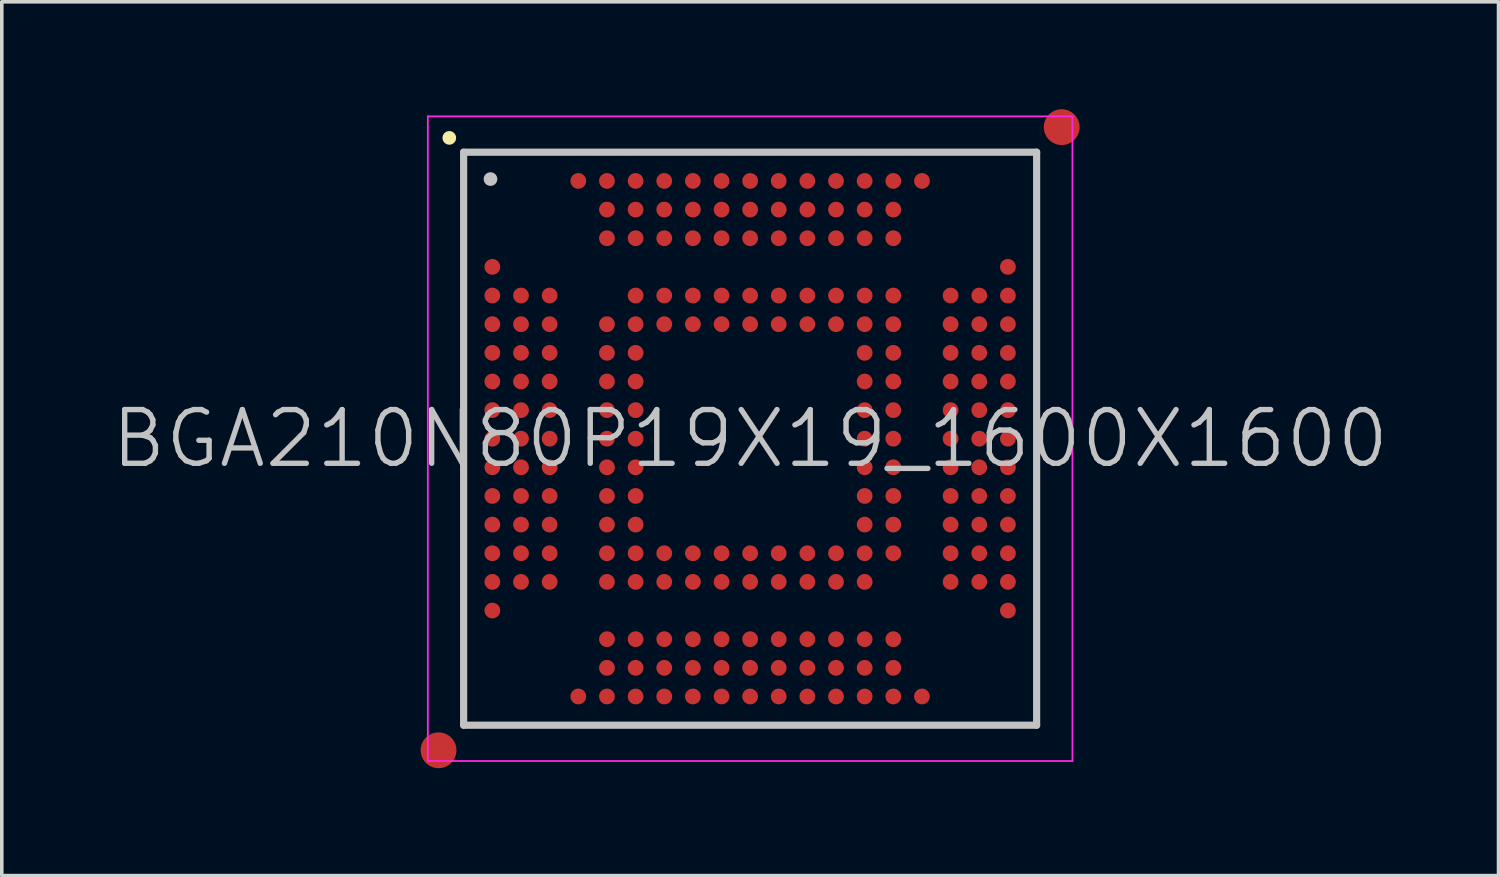
<source format=kicad_pcb>
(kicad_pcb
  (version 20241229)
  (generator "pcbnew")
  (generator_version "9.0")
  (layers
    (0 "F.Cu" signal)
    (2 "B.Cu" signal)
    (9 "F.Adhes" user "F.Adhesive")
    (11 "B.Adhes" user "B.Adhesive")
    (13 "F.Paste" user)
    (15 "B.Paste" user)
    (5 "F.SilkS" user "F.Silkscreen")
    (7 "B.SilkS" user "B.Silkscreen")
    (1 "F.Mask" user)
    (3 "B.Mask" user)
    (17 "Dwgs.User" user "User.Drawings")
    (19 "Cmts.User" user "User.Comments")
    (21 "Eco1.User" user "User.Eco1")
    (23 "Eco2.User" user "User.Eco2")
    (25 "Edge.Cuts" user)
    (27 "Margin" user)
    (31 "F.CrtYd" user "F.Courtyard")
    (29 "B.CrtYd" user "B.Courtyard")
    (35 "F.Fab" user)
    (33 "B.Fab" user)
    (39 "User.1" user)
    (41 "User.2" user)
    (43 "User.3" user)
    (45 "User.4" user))
  (footprint "BGA210N80P19X19_1600X1600"
    (layer "F.Cu")
    (at 17.896 9.2)
    (property "Reference" "BGA210N80P19X19_1600X1600" (at 0 0 0) (layer "Dwgs.User") (effects (font (size 1.5 1.5) (thickness 0.15))))
    (attr smd)
    (fp_line (start -8.4 -8.4) (end -8.4 -8.4) (stroke (width 0.381) (type solid)) (layer "F.SilkS"))
    (fp_line (start -8 -8) (end -8 8) (stroke (width 0.2) (type solid)) (layer "Dwgs.User"))
    (fp_line (start -8 -8) (end 8 -8) (stroke (width 0.2) (type solid)) (layer "Dwgs.User"))
    (fp_line (start -8 8) (end 8 8) (stroke (width 0.2) (type solid)) (layer "Dwgs.User"))
    (fp_line (start -7.25 -7.25) (end -7.25 -7.25) (stroke (width 0.381) (type solid)) (layer "Dwgs.User"))
    (fp_line (start 8 -8) (end 8 8) (stroke (width 0.2) (type solid)) (layer "Dwgs.User"))
    (fp_line (start -9 -9) (end -9 9) (stroke (width 0.05) (type solid)) (layer "F.CrtYd"))
    (fp_line (start -9 -9) (end 9 -9) (stroke (width 0.05) (type solid)) (layer "F.CrtYd"))
    (fp_line (start -9 9) (end 9 9) (stroke (width 0.05) (type solid)) (layer "F.CrtYd"))
    (fp_line (start 9 -9) (end 9 9) (stroke (width 0.05) (type solid)) (layer "F.CrtYd"))
    (pad "" smd circle (at -8.7 8.7) (size 1 1) (layers "F.Cu" "F.Mask"))
    (pad "" smd circle (at 8.7 -8.7) (size 1 1) (layers "F.Cu" "F.Mask"))
    (pad "A4" smd circle (at -4.798 -7.198 270) (size 0.44 0.44) (layers "F.Cu" "F.Mask" "F.Paste"))
    (pad "A5" smd circle (at -3.998 -7.198 270) (size 0.44 0.44) (layers "F.Cu" "F.Mask" "F.Paste"))
    (pad "A6" smd circle (at -3.198 -7.198 270) (size 0.44 0.44) (layers "F.Cu" "F.Mask" "F.Paste"))
    (pad "A7" smd circle (at -2.398 -7.198 270) (size 0.44 0.44) (layers "F.Cu" "F.Mask" "F.Paste"))
    (pad "A8" smd circle (at -1.598 -7.198 270) (size 0.44 0.44) (layers "F.Cu" "F.Mask" "F.Paste"))
    (pad "A9" smd circle (at -0.798 -7.198 270) (size 0.44 0.44) (layers "F.Cu" "F.Mask" "F.Paste"))
    (pad "A10" smd circle (at 0 -7.198 270) (size 0.44 0.44) (layers "F.Cu" "F.Mask" "F.Paste"))
    (pad "A11" smd circle (at 0.798 -7.198 270) (size 0.44 0.44) (layers "F.Cu" "F.Mask" "F.Paste"))
    (pad "A12" smd circle (at 1.598 -7.198 270) (size 0.44 0.44) (layers "F.Cu" "F.Mask" "F.Paste"))
    (pad "A13" smd circle (at 2.398 -7.198 270) (size 0.44 0.44) (layers "F.Cu" "F.Mask" "F.Paste"))
    (pad "A14" smd circle (at 3.198 -7.198 270) (size 0.44 0.44) (layers "F.Cu" "F.Mask" "F.Paste"))
    (pad "A15" smd circle (at 3.998 -7.198 270) (size 0.44 0.44) (layers "F.Cu" "F.Mask" "F.Paste"))
    (pad "A16" smd circle (at 4.798 -7.198 270) (size 0.44 0.44) (layers "F.Cu" "F.Mask" "F.Paste"))
    (pad "B5" smd circle (at -3.998 -6.398 270) (size 0.44 0.44) (layers "F.Cu" "F.Mask" "F.Paste"))
    (pad "B6" smd circle (at -3.198 -6.398 270) (size 0.44 0.44) (layers "F.Cu" "F.Mask" "F.Paste"))
    (pad "B7" smd circle (at -2.398 -6.398 270) (size 0.44 0.44) (layers "F.Cu" "F.Mask" "F.Paste"))
    (pad "B8" smd circle (at -1.598 -6.398 270) (size 0.44 0.44) (layers "F.Cu" "F.Mask" "F.Paste"))
    (pad "B9" smd circle (at -0.798 -6.398 270) (size 0.44 0.44) (layers "F.Cu" "F.Mask" "F.Paste"))
    (pad "B10" smd circle (at 0 -6.398 270) (size 0.44 0.44) (layers "F.Cu" "F.Mask" "F.Paste"))
    (pad "B11" smd circle (at 0.798 -6.398 270) (size 0.44 0.44) (layers "F.Cu" "F.Mask" "F.Paste"))
    (pad "B12" smd circle (at 1.598 -6.398 270) (size 0.44 0.44) (layers "F.Cu" "F.Mask" "F.Paste"))
    (pad "B13" smd circle (at 2.398 -6.398 270) (size 0.44 0.44) (layers "F.Cu" "F.Mask" "F.Paste"))
    (pad "B14" smd circle (at 3.198 -6.398 270) (size 0.44 0.44) (layers "F.Cu" "F.Mask" "F.Paste"))
    (pad "B15" smd circle (at 3.998 -6.398 270) (size 0.44 0.44) (layers "F.Cu" "F.Mask" "F.Paste"))
    (pad "C5" smd circle (at -3.998 -5.598 270) (size 0.44 0.44) (layers "F.Cu" "F.Mask" "F.Paste"))
    (pad "C6" smd circle (at -3.198 -5.598 270) (size 0.44 0.44) (layers "F.Cu" "F.Mask" "F.Paste"))
    (pad "C7" smd circle (at -2.398 -5.598 270) (size 0.44 0.44) (layers "F.Cu" "F.Mask" "F.Paste"))
    (pad "C8" smd circle (at -1.598 -5.598 270) (size 0.44 0.44) (layers "F.Cu" "F.Mask" "F.Paste"))
    (pad "C9" smd circle (at -0.798 -5.598 270) (size 0.44 0.44) (layers "F.Cu" "F.Mask" "F.Paste"))
    (pad "C10" smd circle (at 0 -5.598 270) (size 0.44 0.44) (layers "F.Cu" "F.Mask" "F.Paste"))
    (pad "C11" smd circle (at 0.798 -5.598 270) (size 0.44 0.44) (layers "F.Cu" "F.Mask" "F.Paste"))
    (pad "C12" smd circle (at 1.598 -5.598 270) (size 0.44 0.44) (layers "F.Cu" "F.Mask" "F.Paste"))
    (pad "C13" smd circle (at 2.398 -5.598 270) (size 0.44 0.44) (layers "F.Cu" "F.Mask" "F.Paste"))
    (pad "C14" smd circle (at 3.198 -5.598 270) (size 0.44 0.44) (layers "F.Cu" "F.Mask" "F.Paste"))
    (pad "C15" smd circle (at 3.998 -5.598 270) (size 0.44 0.44) (layers "F.Cu" "F.Mask" "F.Paste"))
    (pad "D1" smd circle (at -7.198 -4.798 270) (size 0.44 0.44) (layers "F.Cu" "F.Mask" "F.Paste"))
    (pad "D19" smd circle (at 7.198 -4.798 270) (size 0.44 0.44) (layers "F.Cu" "F.Mask" "F.Paste"))
    (pad "E1" smd circle (at -7.198 -3.998 270) (size 0.44 0.44) (layers "F.Cu" "F.Mask" "F.Paste"))
    (pad "E2" smd circle (at -6.398 -3.998 270) (size 0.44 0.44) (layers "F.Cu" "F.Mask" "F.Paste"))
    (pad "E3" smd circle (at -5.598 -3.998 270) (size 0.44 0.44) (layers "F.Cu" "F.Mask" "F.Paste"))
    (pad "E6" smd circle (at -3.198 -3.998 270) (size 0.44 0.44) (layers "F.Cu" "F.Mask" "F.Paste"))
    (pad "E7" smd circle (at -2.398 -3.998 270) (size 0.44 0.44) (layers "F.Cu" "F.Mask" "F.Paste"))
    (pad "E8" smd circle (at -1.598 -3.998 270) (size 0.44 0.44) (layers "F.Cu" "F.Mask" "F.Paste"))
    (pad "E9" smd circle (at -0.798 -3.998 270) (size 0.44 0.44) (layers "F.Cu" "F.Mask" "F.Paste"))
    (pad "E10" smd circle (at 0 -3.998 270) (size 0.44 0.44) (layers "F.Cu" "F.Mask" "F.Paste"))
    (pad "E11" smd circle (at 0.798 -3.998 270) (size 0.44 0.44) (layers "F.Cu" "F.Mask" "F.Paste"))
    (pad "E12" smd circle (at 1.598 -3.998 270) (size 0.44 0.44) (layers "F.Cu" "F.Mask" "F.Paste"))
    (pad "E13" smd circle (at 2.398 -3.998 270) (size 0.44 0.44) (layers "F.Cu" "F.Mask" "F.Paste"))
    (pad "E14" smd circle (at 3.198 -3.998 270) (size 0.44 0.44) (layers "F.Cu" "F.Mask" "F.Paste"))
    (pad "E15" smd circle (at 3.998 -3.998 270) (size 0.44 0.44) (layers "F.Cu" "F.Mask" "F.Paste"))
    (pad "E17" smd circle (at 5.598 -3.998 270) (size 0.44 0.44) (layers "F.Cu" "F.Mask" "F.Paste"))
    (pad "E18" smd circle (at 6.398 -3.998 270) (size 0.44 0.44) (layers "F.Cu" "F.Mask" "F.Paste"))
    (pad "E19" smd circle (at 7.198 -3.998 270) (size 0.44 0.44) (layers "F.Cu" "F.Mask" "F.Paste"))
    (pad "F1" smd circle (at -7.198 -3.198 270) (size 0.44 0.44) (layers "F.Cu" "F.Mask" "F.Paste"))
    (pad "F2" smd circle (at -6.398 -3.198 270) (size 0.44 0.44) (layers "F.Cu" "F.Mask" "F.Paste"))
    (pad "F3" smd circle (at -5.598 -3.198 270) (size 0.44 0.44) (layers "F.Cu" "F.Mask" "F.Paste"))
    (pad "F5" smd circle (at -3.998 -3.198 270) (size 0.44 0.44) (layers "F.Cu" "F.Mask" "F.Paste"))
    (pad "F6" smd circle (at -3.198 -3.198 270) (size 0.44 0.44) (layers "F.Cu" "F.Mask" "F.Paste"))
    (pad "F7" smd circle (at -2.398 -3.198 270) (size 0.44 0.44) (layers "F.Cu" "F.Mask" "F.Paste"))
    (pad "F8" smd circle (at -1.598 -3.198 270) (size 0.44 0.44) (layers "F.Cu" "F.Mask" "F.Paste"))
    (pad "F9" smd circle (at -0.798 -3.198 270) (size 0.44 0.44) (layers "F.Cu" "F.Mask" "F.Paste"))
    (pad "F10" smd circle (at 0 -3.198 270) (size 0.44 0.44) (layers "F.Cu" "F.Mask" "F.Paste"))
    (pad "F11" smd circle (at 0.798 -3.198 270) (size 0.44 0.44) (layers "F.Cu" "F.Mask" "F.Paste"))
    (pad "F12" smd circle (at 1.598 -3.198 270) (size 0.44 0.44) (layers "F.Cu" "F.Mask" "F.Paste"))
    (pad "F13" smd circle (at 2.398 -3.198 270) (size 0.44 0.44) (layers "F.Cu" "F.Mask" "F.Paste"))
    (pad "F14" smd circle (at 3.198 -3.198 270) (size 0.44 0.44) (layers "F.Cu" "F.Mask" "F.Paste"))
    (pad "F15" smd circle (at 3.998 -3.198 270) (size 0.44 0.44) (layers "F.Cu" "F.Mask" "F.Paste"))
    (pad "F17" smd circle (at 5.598 -3.198 270) (size 0.44 0.44) (layers "F.Cu" "F.Mask" "F.Paste"))
    (pad "F18" smd circle (at 6.398 -3.198 270) (size 0.44 0.44) (layers "F.Cu" "F.Mask" "F.Paste"))
    (pad "F19" smd circle (at 7.198 -3.198 270) (size 0.44 0.44) (layers "F.Cu" "F.Mask" "F.Paste"))
    (pad "G1" smd circle (at -7.198 -2.398 270) (size 0.44 0.44) (layers "F.Cu" "F.Mask" "F.Paste"))
    (pad "G2" smd circle (at -6.398 -2.398 270) (size 0.44 0.44) (layers "F.Cu" "F.Mask" "F.Paste"))
    (pad "G3" smd circle (at -5.598 -2.398 270) (size 0.44 0.44) (layers "F.Cu" "F.Mask" "F.Paste"))
    (pad "G5" smd circle (at -3.998 -2.398 270) (size 0.44 0.44) (layers "F.Cu" "F.Mask" "F.Paste"))
    (pad "G6" smd circle (at -3.198 -2.398 270) (size 0.44 0.44) (layers "F.Cu" "F.Mask" "F.Paste"))
    (pad "G14" smd circle (at 3.198 -2.398 270) (size 0.44 0.44) (layers "F.Cu" "F.Mask" "F.Paste"))
    (pad "G15" smd circle (at 3.998 -2.398 270) (size 0.44 0.44) (layers "F.Cu" "F.Mask" "F.Paste"))
    (pad "G17" smd circle (at 5.598 -2.398 270) (size 0.44 0.44) (layers "F.Cu" "F.Mask" "F.Paste"))
    (pad "G18" smd circle (at 6.398 -2.398 270) (size 0.44 0.44) (layers "F.Cu" "F.Mask" "F.Paste"))
    (pad "G19" smd circle (at 7.198 -2.398 270) (size 0.44 0.44) (layers "F.Cu" "F.Mask" "F.Paste"))
    (pad "H1" smd circle (at -7.198 -1.598 270) (size 0.44 0.44) (layers "F.Cu" "F.Mask" "F.Paste"))
    (pad "H2" smd circle (at -6.398 -1.598 270) (size 0.44 0.44) (layers "F.Cu" "F.Mask" "F.Paste"))
    (pad "H3" smd circle (at -5.598 -1.598 270) (size 0.44 0.44) (layers "F.Cu" "F.Mask" "F.Paste"))
    (pad "H5" smd circle (at -3.998 -1.598 270) (size 0.44 0.44) (layers "F.Cu" "F.Mask" "F.Paste"))
    (pad "H6" smd circle (at -3.198 -1.598 270) (size 0.44 0.44) (layers "F.Cu" "F.Mask" "F.Paste"))
    (pad "H14" smd circle (at 3.198 -1.598 270) (size 0.44 0.44) (layers "F.Cu" "F.Mask" "F.Paste"))
    (pad "H15" smd circle (at 3.998 -1.598 270) (size 0.44 0.44) (layers "F.Cu" "F.Mask" "F.Paste"))
    (pad "H17" smd circle (at 5.598 -1.598 270) (size 0.44 0.44) (layers "F.Cu" "F.Mask" "F.Paste"))
    (pad "H18" smd circle (at 6.398 -1.598 270) (size 0.44 0.44) (layers "F.Cu" "F.Mask" "F.Paste"))
    (pad "H19" smd circle (at 7.198 -1.598 270) (size 0.44 0.44) (layers "F.Cu" "F.Mask" "F.Paste"))
    (pad "J1" smd circle (at -7.198 -0.798 270) (size 0.44 0.44) (layers "F.Cu" "F.Mask" "F.Paste"))
    (pad "J2" smd circle (at -6.398 -0.798 270) (size 0.44 0.44) (layers "F.Cu" "F.Mask" "F.Paste"))
    (pad "J3" smd circle (at -5.598 -0.798 270) (size 0.44 0.44) (layers "F.Cu" "F.Mask" "F.Paste"))
    (pad "J5" smd circle (at -3.998 -0.798 270) (size 0.44 0.44) (layers "F.Cu" "F.Mask" "F.Paste"))
    (pad "J6" smd circle (at -3.198 -0.798 270) (size 0.44 0.44) (layers "F.Cu" "F.Mask" "F.Paste"))
    (pad "J14" smd circle (at 3.198 -0.798 270) (size 0.44 0.44) (layers "F.Cu" "F.Mask" "F.Paste"))
    (pad "J15" smd circle (at 3.998 -0.798 270) (size 0.44 0.44) (layers "F.Cu" "F.Mask" "F.Paste"))
    (pad "J17" smd circle (at 5.598 -0.798 270) (size 0.44 0.44) (layers "F.Cu" "F.Mask" "F.Paste"))
    (pad "J18" smd circle (at 6.398 -0.798 270) (size 0.44 0.44) (layers "F.Cu" "F.Mask" "F.Paste"))
    (pad "J19" smd circle (at 7.198 -0.798 270) (size 0.44 0.44) (layers "F.Cu" "F.Mask" "F.Paste"))
    (pad "K1" smd circle (at -7.198 0 270) (size 0.44 0.44) (layers "F.Cu" "F.Mask" "F.Paste"))
    (pad "K2" smd circle (at -6.398 0 270) (size 0.44 0.44) (layers "F.Cu" "F.Mask" "F.Paste"))
    (pad "K3" smd circle (at -5.598 0 270) (size 0.44 0.44) (layers "F.Cu" "F.Mask" "F.Paste"))
    (pad "K5" smd circle (at -3.998 0 270) (size 0.44 0.44) (layers "F.Cu" "F.Mask" "F.Paste"))
    (pad "K6" smd circle (at -3.198 0 270) (size 0.44 0.44) (layers "F.Cu" "F.Mask" "F.Paste"))
    (pad "K14" smd circle (at 3.198 0 270) (size 0.44 0.44) (layers "F.Cu" "F.Mask" "F.Paste"))
    (pad "K15" smd circle (at 3.998 0 270) (size 0.44 0.44) (layers "F.Cu" "F.Mask" "F.Paste"))
    (pad "K17" smd circle (at 5.598 0 270) (size 0.44 0.44) (layers "F.Cu" "F.Mask" "F.Paste"))
    (pad "K18" smd circle (at 6.398 0 270) (size 0.44 0.44) (layers "F.Cu" "F.Mask" "F.Paste"))
    (pad "K19" smd circle (at 7.198 0 270) (size 0.44 0.44) (layers "F.Cu" "F.Mask" "F.Paste"))
    (pad "L1" smd circle (at -7.198 0.798 270) (size 0.44 0.44) (layers "F.Cu" "F.Mask" "F.Paste"))
    (pad "L2" smd circle (at -6.398 0.798 270) (size 0.44 0.44) (layers "F.Cu" "F.Mask" "F.Paste"))
    (pad "L3" smd circle (at -5.598 0.798 270) (size 0.44 0.44) (layers "F.Cu" "F.Mask" "F.Paste"))
    (pad "L5" smd circle (at -3.998 0.798 270) (size 0.44 0.44) (layers "F.Cu" "F.Mask" "F.Paste"))
    (pad "L6" smd circle (at -3.198 0.798 270) (size 0.44 0.44) (layers "F.Cu" "F.Mask" "F.Paste"))
    (pad "L14" smd circle (at 3.198 0.798 270) (size 0.44 0.44) (layers "F.Cu" "F.Mask" "F.Paste"))
    (pad "L15" smd circle (at 3.998 0.798 270) (size 0.44 0.44) (layers "F.Cu" "F.Mask" "F.Paste"))
    (pad "L17" smd circle (at 5.598 0.798 270) (size 0.44 0.44) (layers "F.Cu" "F.Mask" "F.Paste"))
    (pad "L18" smd circle (at 6.398 0.798 270) (size 0.44 0.44) (layers "F.Cu" "F.Mask" "F.Paste"))
    (pad "L19" smd circle (at 7.198 0.798 270) (size 0.44 0.44) (layers "F.Cu" "F.Mask" "F.Paste"))
    (pad "M1" smd circle (at -7.198 1.598 270) (size 0.44 0.44) (layers "F.Cu" "F.Mask" "F.Paste"))
    (pad "M2" smd circle (at -6.398 1.598 270) (size 0.44 0.44) (layers "F.Cu" "F.Mask" "F.Paste"))
    (pad "M3" smd circle (at -5.598 1.598 270) (size 0.44 0.44) (layers "F.Cu" "F.Mask" "F.Paste"))
    (pad "M5" smd circle (at -3.998 1.598 270) (size 0.44 0.44) (layers "F.Cu" "F.Mask" "F.Paste"))
    (pad "M6" smd circle (at -3.198 1.598 270) (size 0.44 0.44) (layers "F.Cu" "F.Mask" "F.Paste"))
    (pad "M14" smd circle (at 3.198 1.598 270) (size 0.44 0.44) (layers "F.Cu" "F.Mask" "F.Paste"))
    (pad "M15" smd circle (at 3.998 1.598 270) (size 0.44 0.44) (layers "F.Cu" "F.Mask" "F.Paste"))
    (pad "M17" smd circle (at 5.598 1.598 270) (size 0.44 0.44) (layers "F.Cu" "F.Mask" "F.Paste"))
    (pad "M18" smd circle (at 6.398 1.598 270) (size 0.44 0.44) (layers "F.Cu" "F.Mask" "F.Paste"))
    (pad "M19" smd circle (at 7.198 1.598 270) (size 0.44 0.44) (layers "F.Cu" "F.Mask" "F.Paste"))
    (pad "N1" smd circle (at -7.198 2.398 270) (size 0.44 0.44) (layers "F.Cu" "F.Mask" "F.Paste"))
    (pad "N2" smd circle (at -6.398 2.398 270) (size 0.44 0.44) (layers "F.Cu" "F.Mask" "F.Paste"))
    (pad "N3" smd circle (at -5.598 2.398 270) (size 0.44 0.44) (layers "F.Cu" "F.Mask" "F.Paste"))
    (pad "N5" smd circle (at -3.998 2.398 270) (size 0.44 0.44) (layers "F.Cu" "F.Mask" "F.Paste"))
    (pad "N6" smd circle (at -3.198 2.398 270) (size 0.44 0.44) (layers "F.Cu" "F.Mask" "F.Paste"))
    (pad "N14" smd circle (at 3.198 2.398 270) (size 0.44 0.44) (layers "F.Cu" "F.Mask" "F.Paste"))
    (pad "N15" smd circle (at 3.998 2.398 270) (size 0.44 0.44) (layers "F.Cu" "F.Mask" "F.Paste"))
    (pad "N17" smd circle (at 5.598 2.398 270) (size 0.44 0.44) (layers "F.Cu" "F.Mask" "F.Paste"))
    (pad "N18" smd circle (at 6.398 2.398 270) (size 0.44 0.44) (layers "F.Cu" "F.Mask" "F.Paste"))
    (pad "N19" smd circle (at 7.198 2.398 270) (size 0.44 0.44) (layers "F.Cu" "F.Mask" "F.Paste"))
    (pad "P1" smd circle (at -7.198 3.198 270) (size 0.44 0.44) (layers "F.Cu" "F.Mask" "F.Paste"))
    (pad "P2" smd circle (at -6.398 3.198 270) (size 0.44 0.44) (layers "F.Cu" "F.Mask" "F.Paste"))
    (pad "P3" smd circle (at -5.598 3.198 270) (size 0.44 0.44) (layers "F.Cu" "F.Mask" "F.Paste"))
    (pad "P5" smd circle (at -3.998 3.198 270) (size 0.44 0.44) (layers "F.Cu" "F.Mask" "F.Paste"))
    (pad "P6" smd circle (at -3.198 3.198 270) (size 0.44 0.44) (layers "F.Cu" "F.Mask" "F.Paste"))
    (pad "P7" smd circle (at -2.398 3.198 270) (size 0.44 0.44) (layers "F.Cu" "F.Mask" "F.Paste"))
    (pad "P8" smd circle (at -1.598 3.198 270) (size 0.44 0.44) (layers "F.Cu" "F.Mask" "F.Paste"))
    (pad "P9" smd circle (at -0.798 3.198 270) (size 0.44 0.44) (layers "F.Cu" "F.Mask" "F.Paste"))
    (pad "P10" smd circle (at 0 3.198 270) (size 0.44 0.44) (layers "F.Cu" "F.Mask" "F.Paste"))
    (pad "P11" smd circle (at 0.798 3.198 270) (size 0.44 0.44) (layers "F.Cu" "F.Mask" "F.Paste"))
    (pad "P12" smd circle (at 1.598 3.198 270) (size 0.44 0.44) (layers "F.Cu" "F.Mask" "F.Paste"))
    (pad "P13" smd circle (at 2.398 3.198 270) (size 0.44 0.44) (layers "F.Cu" "F.Mask" "F.Paste"))
    (pad "P14" smd circle (at 3.198 3.198 270) (size 0.44 0.44) (layers "F.Cu" "F.Mask" "F.Paste"))
    (pad "P15" smd circle (at 3.998 3.198 270) (size 0.44 0.44) (layers "F.Cu" "F.Mask" "F.Paste"))
    (pad "P17" smd circle (at 5.598 3.198 270) (size 0.44 0.44) (layers "F.Cu" "F.Mask" "F.Paste"))
    (pad "P18" smd circle (at 6.398 3.198 270) (size 0.44 0.44) (layers "F.Cu" "F.Mask" "F.Paste"))
    (pad "P19" smd circle (at 7.198 3.198 270) (size 0.44 0.44) (layers "F.Cu" "F.Mask" "F.Paste"))
    (pad "R1" smd circle (at -7.198 3.998 270) (size 0.44 0.44) (layers "F.Cu" "F.Mask" "F.Paste"))
    (pad "R2" smd circle (at -6.398 3.998 270) (size 0.44 0.44) (layers "F.Cu" "F.Mask" "F.Paste"))
    (pad "R3" smd circle (at -5.598 3.998 270) (size 0.44 0.44) (layers "F.Cu" "F.Mask" "F.Paste"))
    (pad "R5" smd circle (at -3.998 3.998 270) (size 0.44 0.44) (layers "F.Cu" "F.Mask" "F.Paste"))
    (pad "R6" smd circle (at -3.198 3.998 270) (size 0.44 0.44) (layers "F.Cu" "F.Mask" "F.Paste"))
    (pad "R7" smd circle (at -2.398 3.998 270) (size 0.44 0.44) (layers "F.Cu" "F.Mask" "F.Paste"))
    (pad "R8" smd circle (at -1.598 3.998 270) (size 0.44 0.44) (layers "F.Cu" "F.Mask" "F.Paste"))
    (pad "R9" smd circle (at -0.798 3.998 270) (size 0.44 0.44) (layers "F.Cu" "F.Mask" "F.Paste"))
    (pad "R10" smd circle (at 0 3.998 270) (size 0.44 0.44) (layers "F.Cu" "F.Mask" "F.Paste"))
    (pad "R11" smd circle (at 0.798 3.998 270) (size 0.44 0.44) (layers "F.Cu" "F.Mask" "F.Paste"))
    (pad "R12" smd circle (at 1.598 3.998 270) (size 0.44 0.44) (layers "F.Cu" "F.Mask" "F.Paste"))
    (pad "R13" smd circle (at 2.398 3.998 270) (size 0.44 0.44) (layers "F.Cu" "F.Mask" "F.Paste"))
    (pad "R14" smd circle (at 3.198 3.998 270) (size 0.44 0.44) (layers "F.Cu" "F.Mask" "F.Paste"))
    (pad "R17" smd circle (at 5.598 3.998 270) (size 0.44 0.44) (layers "F.Cu" "F.Mask" "F.Paste"))
    (pad "R18" smd circle (at 6.398 3.998 270) (size 0.44 0.44) (layers "F.Cu" "F.Mask" "F.Paste"))
    (pad "R19" smd circle (at 7.198 3.998 270) (size 0.44 0.44) (layers "F.Cu" "F.Mask" "F.Paste"))
    (pad "T1" smd circle (at -7.198 4.798 270) (size 0.44 0.44) (layers "F.Cu" "F.Mask" "F.Paste"))
    (pad "T19" smd circle (at 7.198 4.798 270) (size 0.44 0.44) (layers "F.Cu" "F.Mask" "F.Paste"))
    (pad "U5" smd circle (at -3.998 5.598 270) (size 0.44 0.44) (layers "F.Cu" "F.Mask" "F.Paste"))
    (pad "U6" smd circle (at -3.198 5.598 270) (size 0.44 0.44) (layers "F.Cu" "F.Mask" "F.Paste"))
    (pad "U7" smd circle (at -2.398 5.598 270) (size 0.44 0.44) (layers "F.Cu" "F.Mask" "F.Paste"))
    (pad "U8" smd circle (at -1.598 5.598 270) (size 0.44 0.44) (layers "F.Cu" "F.Mask" "F.Paste"))
    (pad "U9" smd circle (at -0.798 5.598 270) (size 0.44 0.44) (layers "F.Cu" "F.Mask" "F.Paste"))
    (pad "U10" smd circle (at 0 5.598 270) (size 0.44 0.44) (layers "F.Cu" "F.Mask" "F.Paste"))
    (pad "U11" smd circle (at 0.798 5.598 270) (size 0.44 0.44) (layers "F.Cu" "F.Mask" "F.Paste"))
    (pad "U12" smd circle (at 1.598 5.598 270) (size 0.44 0.44) (layers "F.Cu" "F.Mask" "F.Paste"))
    (pad "U13" smd circle (at 2.398 5.598 270) (size 0.44 0.44) (layers "F.Cu" "F.Mask" "F.Paste"))
    (pad "U14" smd circle (at 3.198 5.598 270) (size 0.44 0.44) (layers "F.Cu" "F.Mask" "F.Paste"))
    (pad "U15" smd circle (at 3.998 5.598 270) (size 0.44 0.44) (layers "F.Cu" "F.Mask" "F.Paste"))
    (pad "V5" smd circle (at -3.998 6.398 270) (size 0.44 0.44) (layers "F.Cu" "F.Mask" "F.Paste"))
    (pad "V6" smd circle (at -3.198 6.398 270) (size 0.44 0.44) (layers "F.Cu" "F.Mask" "F.Paste"))
    (pad "V7" smd circle (at -2.398 6.398 270) (size 0.44 0.44) (layers "F.Cu" "F.Mask" "F.Paste"))
    (pad "V8" smd circle (at -1.598 6.398 270) (size 0.44 0.44) (layers "F.Cu" "F.Mask" "F.Paste"))
    (pad "V9" smd circle (at -0.798 6.398 270) (size 0.44 0.44) (layers "F.Cu" "F.Mask" "F.Paste"))
    (pad "V10" smd circle (at 0 6.398 270) (size 0.44 0.44) (layers "F.Cu" "F.Mask" "F.Paste"))
    (pad "V11" smd circle (at 0.798 6.398 270) (size 0.44 0.44) (layers "F.Cu" "F.Mask" "F.Paste"))
    (pad "V12" smd circle (at 1.598 6.398 270) (size 0.44 0.44) (layers "F.Cu" "F.Mask" "F.Paste"))
    (pad "V13" smd circle (at 2.398 6.398 270) (size 0.44 0.44) (layers "F.Cu" "F.Mask" "F.Paste"))
    (pad "V14" smd circle (at 3.198 6.398 270) (size 0.44 0.44) (layers "F.Cu" "F.Mask" "F.Paste"))
    (pad "V15" smd circle (at 3.998 6.398 270) (size 0.44 0.44) (layers "F.Cu" "F.Mask" "F.Paste"))
    (pad "W4" smd circle (at -4.798 7.198 270) (size 0.44 0.44) (layers "F.Cu" "F.Mask" "F.Paste"))
    (pad "W5" smd circle (at -3.998 7.198 270) (size 0.44 0.44) (layers "F.Cu" "F.Mask" "F.Paste"))
    (pad "W6" smd circle (at -3.198 7.198 270) (size 0.44 0.44) (layers "F.Cu" "F.Mask" "F.Paste"))
    (pad "W7" smd circle (at -2.398 7.198 270) (size 0.44 0.44) (layers "F.Cu" "F.Mask" "F.Paste"))
    (pad "W8" smd circle (at -1.598 7.198 270) (size 0.44 0.44) (layers "F.Cu" "F.Mask" "F.Paste"))
    (pad "W9" smd circle (at -0.798 7.198 270) (size 0.44 0.44) (layers "F.Cu" "F.Mask" "F.Paste"))
    (pad "W10" smd circle (at 0 7.198 270) (size 0.44 0.44) (layers "F.Cu" "F.Mask" "F.Paste"))
    (pad "W11" smd circle (at 0.798 7.198 270) (size 0.44 0.44) (layers "F.Cu" "F.Mask" "F.Paste"))
    (pad "W12" smd circle (at 1.598 7.198 270) (size 0.44 0.44) (layers "F.Cu" "F.Mask" "F.Paste"))
    (pad "W13" smd circle (at 2.398 7.198 270) (size 0.44 0.44) (layers "F.Cu" "F.Mask" "F.Paste"))
    (pad "W14" smd circle (at 3.198 7.198 270) (size 0.44 0.44) (layers "F.Cu" "F.Mask" "F.Paste"))
    (pad "W15" smd circle (at 3.998 7.198 270) (size 0.44 0.44) (layers "F.Cu" "F.Mask" "F.Paste"))
    (pad "W16" smd circle (at 4.798 7.198 270) (size 0.44 0.44) (layers "F.Cu" "F.Mask" "F.Paste")))
  (gr_rect
    (start -3 -3)
    (end 38.793 21.4)
    (stroke (width 0.1) (type default))
    (fill no)
    (layer "Edge.Cuts")))
</source>
